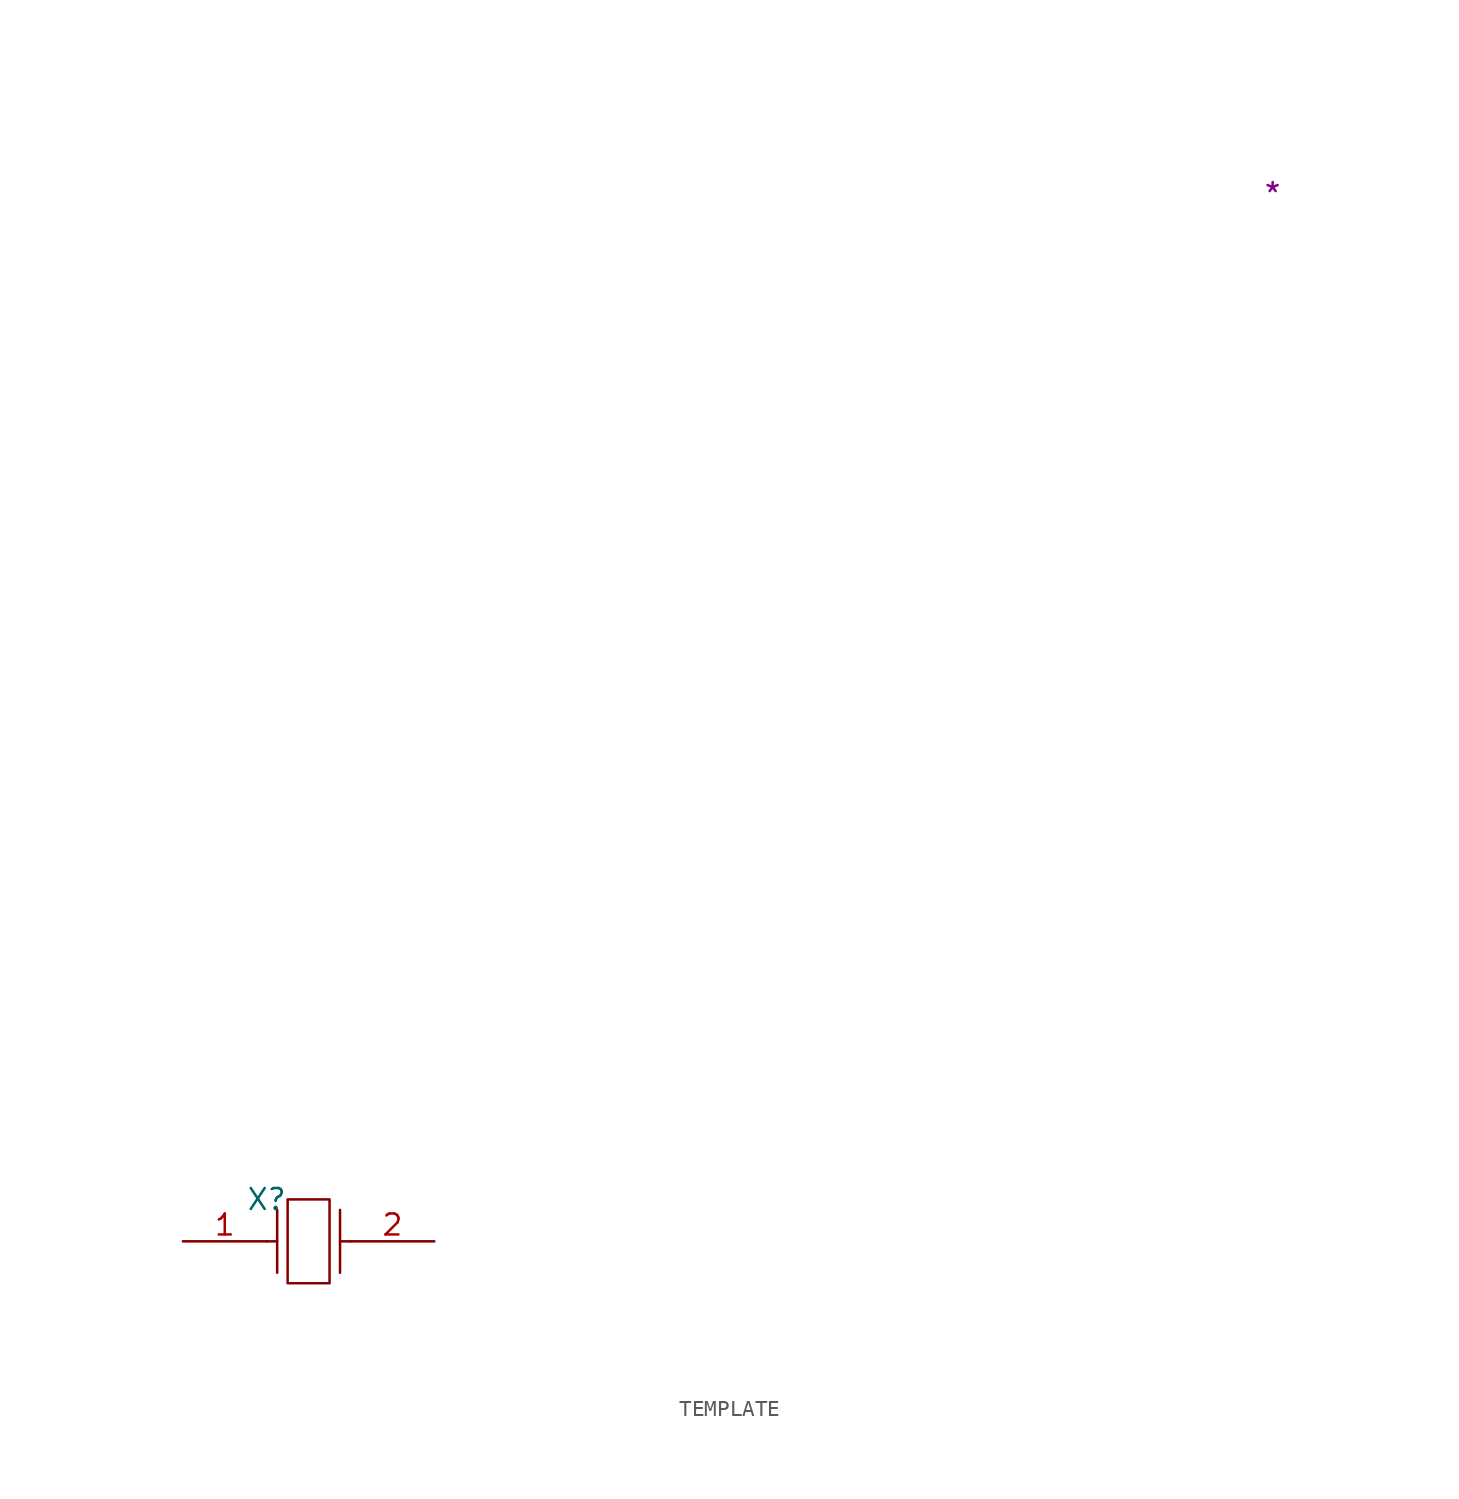
<source format=kicad_sym>
(kicad_symbol_lib
  (version 20241209)
  (generator "kicad_symbol_editor")
  (generator_version "9.0")
  (symbol "TEMPLATE"
    (pin_names
      (offset 1.016))
    (property "Reference" "X"
      (at -2.54 2.54 0)
      (effects (font (size 1.27 1.27))))
    (property "_Value_" "*"
      (at 58.42 63.5 0)
      (effects (font (size 1.27 1.27))))
    (symbol "TEMPLATE_1_1"
      (polyline (pts (xy -1.905 1.905) (xy -1.905 -1.905)) (stroke (width 0) (type solid)) (fill (type none)))
      (polyline (pts (xy -1.905 0) (xy -2.54 0)) (stroke (width 0) (type solid)) (fill (type none)))
      (rectangle (start -1.27 2.54) (end 1.27 -2.54) (stroke (width 0) (type solid)) (fill (type none)))
      (polyline (pts (xy 1.905 1.905) (xy 1.905 -1.905)) (stroke (width 0) (type solid)) (fill (type none)))
      (polyline (pts (xy 2.54 0) (xy 1.905 0)) (stroke (width 0) (type solid)) (fill (type none)))
      (pin passive line (at -7.62 0 0) (length 5.08) (name "~" (effects (font (size 1.27 1.27)))) (number "1" (effects (font (size 1.27 1.27)))))
      (pin passive line (at 7.62 0 180) (length 5.08) (name "~" (effects (font (size 1.27 1.27)))) (number "2" (effects (font (size 1.27 1.27))))))))
</source>
